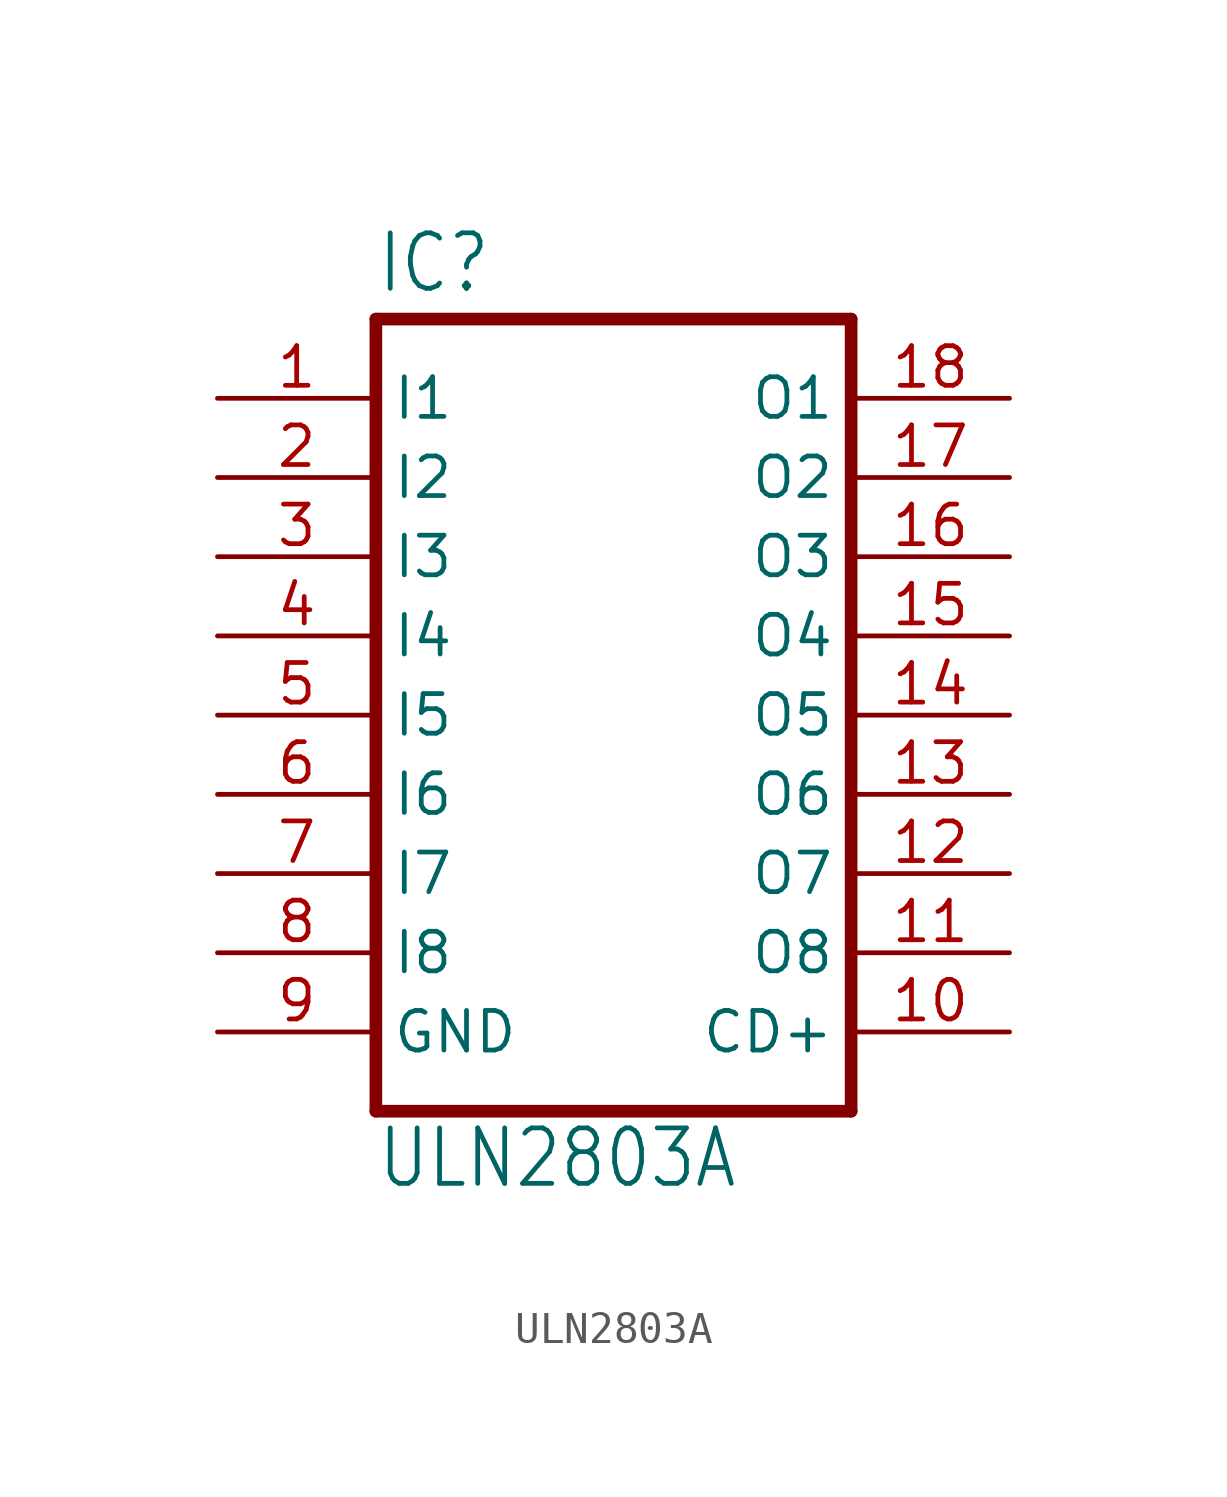
<source format=kicad_sym>
(kicad_symbol_lib
  (version 20220331)
  (generator kicad_symbol_editor)
  (symbol "ULN2803A"
    (property "Reference" "IC"
      (at -7.62 13.462 0)
      (effects (font (size 1.778 1.511)) (justify left bottom)))
    (property "Value" "ULN2803A"
      (at -7.62 -15.24 0)
      (effects (font (size 1.778 1.511)) (justify left bottom)))
    (property "ki_locked" ""
      (at 0 0 0)
      (effects (font (size 1.27 1.27))))
    (symbol "ULN2803A_1_0"
      (polyline (pts (xy -7.62 12.7) (xy -7.62 -12.7)) (stroke (width 0.406) (type solid)) (fill (type none)))
      (polyline (pts (xy -7.62 12.7) (xy 7.62 12.7)) (stroke (width 0.406) (type solid)) (fill (type none)))
      (polyline (pts (xy 7.62 -12.7) (xy -7.62 -12.7)) (stroke (width 0.406) (type solid)) (fill (type none)))
      (polyline (pts (xy 7.62 -12.7) (xy 7.62 12.7)) (stroke (width 0.406) (type solid)) (fill (type none)))
      (pin input line (at -12.7 10.16 0) (length 5.08) (name "I1" (effects (font (size 1.27 1.27)))) (number "1" (effects (font (size 1.27 1.27)))))
      (pin passive line (at 12.7 -10.16 180) (length 5.08) (name "CD+" (effects (font (size 1.27 1.27)))) (number "10" (effects (font (size 1.27 1.27)))))
      (pin open_collector line (at 12.7 -7.62 180) (length 5.08) (name "O8" (effects (font (size 1.27 1.27)))) (number "11" (effects (font (size 1.27 1.27)))))
      (pin open_collector line (at 12.7 -5.08 180) (length 5.08) (name "O7" (effects (font (size 1.27 1.27)))) (number "12" (effects (font (size 1.27 1.27)))))
      (pin open_collector line (at 12.7 -2.54 180) (length 5.08) (name "O6" (effects (font (size 1.27 1.27)))) (number "13" (effects (font (size 1.27 1.27)))))
      (pin open_collector line (at 12.7 0 180) (length 5.08) (name "O5" (effects (font (size 1.27 1.27)))) (number "14" (effects (font (size 1.27 1.27)))))
      (pin open_collector line (at 12.7 2.54 180) (length 5.08) (name "O4" (effects (font (size 1.27 1.27)))) (number "15" (effects (font (size 1.27 1.27)))))
      (pin open_collector line (at 12.7 5.08 180) (length 5.08) (name "O3" (effects (font (size 1.27 1.27)))) (number "16" (effects (font (size 1.27 1.27)))))
      (pin open_collector line (at 12.7 7.62 180) (length 5.08) (name "O2" (effects (font (size 1.27 1.27)))) (number "17" (effects (font (size 1.27 1.27)))))
      (pin open_collector line (at 12.7 10.16 180) (length 5.08) (name "O1" (effects (font (size 1.27 1.27)))) (number "18" (effects (font (size 1.27 1.27)))))
      (pin input line (at -12.7 7.62 0) (length 5.08) (name "I2" (effects (font (size 1.27 1.27)))) (number "2" (effects (font (size 1.27 1.27)))))
      (pin input line (at -12.7 5.08 0) (length 5.08) (name "I3" (effects (font (size 1.27 1.27)))) (number "3" (effects (font (size 1.27 1.27)))))
      (pin input line (at -12.7 2.54 0) (length 5.08) (name "I4" (effects (font (size 1.27 1.27)))) (number "4" (effects (font (size 1.27 1.27)))))
      (pin input line (at -12.7 0 0) (length 5.08) (name "I5" (effects (font (size 1.27 1.27)))) (number "5" (effects (font (size 1.27 1.27)))))
      (pin input line (at -12.7 -2.54 0) (length 5.08) (name "I6" (effects (font (size 1.27 1.27)))) (number "6" (effects (font (size 1.27 1.27)))))
      (pin input line (at -12.7 -5.08 0) (length 5.08) (name "I7" (effects (font (size 1.27 1.27)))) (number "7" (effects (font (size 1.27 1.27)))))
      (pin input line (at -12.7 -7.62 0) (length 5.08) (name "I8" (effects (font (size 1.27 1.27)))) (number "8" (effects (font (size 1.27 1.27)))))
      (pin power_in line (at -12.7 -10.16 0) (length 5.08) (name "GND" (effects (font (size 1.27 1.27)))) (number "9" (effects (font (size 1.27 1.27))))))))
</source>
